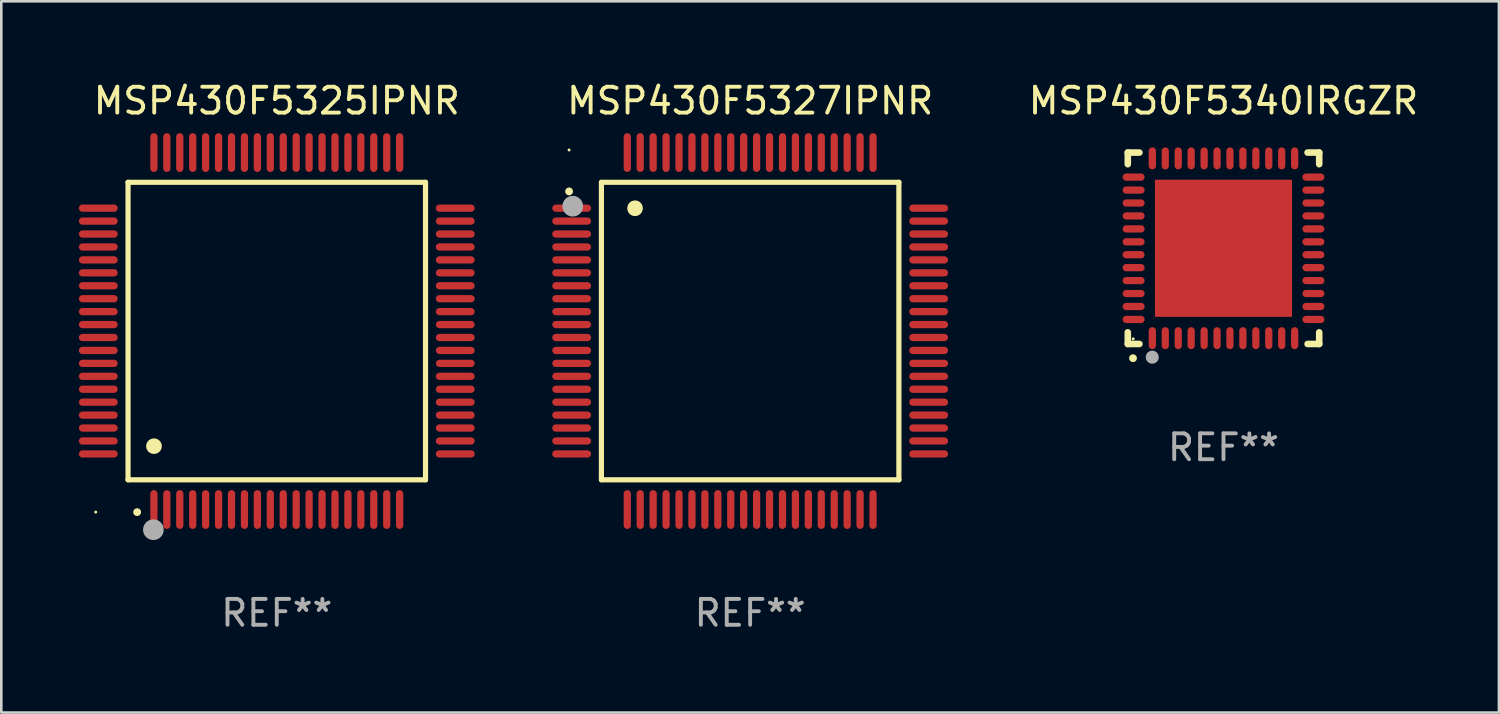
<source format=kicad_pcb>
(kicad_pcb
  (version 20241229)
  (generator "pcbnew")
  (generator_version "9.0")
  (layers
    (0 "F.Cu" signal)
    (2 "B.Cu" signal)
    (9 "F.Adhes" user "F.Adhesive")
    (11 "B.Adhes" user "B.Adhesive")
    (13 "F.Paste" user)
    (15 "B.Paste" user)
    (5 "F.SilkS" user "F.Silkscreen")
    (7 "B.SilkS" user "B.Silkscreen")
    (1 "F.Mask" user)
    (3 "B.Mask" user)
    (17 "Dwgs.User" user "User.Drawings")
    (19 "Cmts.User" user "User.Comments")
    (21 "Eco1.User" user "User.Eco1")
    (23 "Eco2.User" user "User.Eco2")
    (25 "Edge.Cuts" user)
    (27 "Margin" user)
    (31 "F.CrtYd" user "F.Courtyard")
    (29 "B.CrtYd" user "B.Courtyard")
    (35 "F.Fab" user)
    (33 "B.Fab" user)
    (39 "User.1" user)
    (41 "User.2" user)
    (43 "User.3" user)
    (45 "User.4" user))
  (footprint "MSP430F5340IRGZR"
    (layer "F.Cu")
    (at 44.249 6.548)
    (property "Reference" "MSP430F5340IRGZR" (at 0 -5.7 0) (layer "F.SilkS") (effects (font (size 1 1) (thickness 0.15))))
    (attr through_hole)
    (fp_line (start -3.7 -3.7) (end -3.25 -3.7) (stroke (width 0.254) (type solid)) (layer "F.SilkS"))
    (fp_line (start -3.7 -3.25) (end -3.7 -3.7) (stroke (width 0.254) (type solid)) (layer "F.SilkS"))
    (fp_line (start -3.7 3.7) (end -3.7 3.25) (stroke (width 0.254) (type solid)) (layer "F.SilkS"))
    (fp_line (start -3.25 3.7) (end -3.7 3.7) (stroke (width 0.254) (type solid)) (layer "F.SilkS"))
    (fp_line (start 3.25 3.7) (end 3.7 3.7) (stroke (width 0.254) (type solid)) (layer "F.SilkS"))
    (fp_line (start 3.7 -3.7) (end 3.25 -3.7) (stroke (width 0.254) (type solid)) (layer "F.SilkS"))
    (fp_line (start 3.7 -3.25) (end 3.7 -3.7) (stroke (width 0.254) (type solid)) (layer "F.SilkS"))
    (fp_line (start 3.7 3.7) (end 3.7 3.25) (stroke (width 0.254) (type solid)) (layer "F.SilkS"))
    (fp_arc (start -3.500127 4.249428) (mid -3.498857 4.249423) (end -3.497587 4.249428) (stroke (width 0.3) (type solid)) (layer "F.SilkS"))
    (fp_circle (center -3.491 3.501) (end -3.461 3.501) (stroke (width 0.06) (type solid)) (fill no) (layer "F.SilkS"))
    (fp_circle (center -2.754 4.21) (end -2.627 4.21) (stroke (width 0.254) (type solid)) (fill no) (layer "F.Fab"))
    (fp_text user "REF**" (at 0 7.7 0) (layer "F.Fab") (effects (font (size 1 1) (thickness 0.15))))
    (pad "1" smd oval (at -2.751 3.475) (size 0.28 0.85) (layers "F.Cu" "F.Mask" "F.Paste"))
    (pad "2" smd oval (at -2.251 3.475) (size 0.28 0.85) (layers "F.Cu" "F.Mask" "F.Paste"))
    (pad "3" smd oval (at -1.75 3.475) (size 0.28 0.85) (layers "F.Cu" "F.Mask" "F.Paste"))
    (pad "4" smd oval (at -1.25 3.475) (size 0.28 0.85) (layers "F.Cu" "F.Mask" "F.Paste"))
    (pad "5" smd oval (at -0.749 3.475) (size 0.28 0.85) (layers "F.Cu" "F.Mask" "F.Paste"))
    (pad "6" smd oval (at -0.249 3.475) (size 0.28 0.85) (layers "F.Cu" "F.Mask" "F.Paste"))
    (pad "7" smd oval (at 0.249 3.475) (size 0.28 0.85) (layers "F.Cu" "F.Mask" "F.Paste"))
    (pad "8" smd oval (at 0.749 3.475) (size 0.28 0.85) (layers "F.Cu" "F.Mask" "F.Paste"))
    (pad "9" smd oval (at 1.25 3.475) (size 0.28 0.85) (layers "F.Cu" "F.Mask" "F.Paste"))
    (pad "10" smd oval (at 1.75 3.475) (size 0.28 0.85) (layers "F.Cu" "F.Mask" "F.Paste"))
    (pad "11" smd oval (at 2.25 3.475) (size 0.28 0.85) (layers "F.Cu" "F.Mask" "F.Paste"))
    (pad "12" smd oval (at 2.751 3.475) (size 0.28 0.85) (layers "F.Cu" "F.Mask" "F.Paste"))
    (pad "13" smd oval (at 3.475 2.751) (size 0.85 0.28) (layers "F.Cu" "F.Mask" "F.Paste"))
    (pad "14" smd oval (at 3.475 2.251) (size 0.85 0.28) (layers "F.Cu" "F.Mask" "F.Paste"))
    (pad "15" smd oval (at 3.475 1.75) (size 0.85 0.28) (layers "F.Cu" "F.Mask" "F.Paste"))
    (pad "16" smd oval (at 3.475 1.25) (size 0.85 0.28) (layers "F.Cu" "F.Mask" "F.Paste"))
    (pad "17" smd oval (at 3.475 0.749) (size 0.85 0.28) (layers "F.Cu" "F.Mask" "F.Paste"))
    (pad "18" smd oval (at 3.475 0.249) (size 0.85 0.28) (layers "F.Cu" "F.Mask" "F.Paste"))
    (pad "19" smd oval (at 3.475 -0.249) (size 0.85 0.28) (layers "F.Cu" "F.Mask" "F.Paste"))
    (pad "20" smd oval (at 3.475 -0.749) (size 0.85 0.28) (layers "F.Cu" "F.Mask" "F.Paste"))
    (pad "21" smd oval (at 3.475 -1.25) (size 0.85 0.28) (layers "F.Cu" "F.Mask" "F.Paste"))
    (pad "22" smd oval (at 3.475 -1.75) (size 0.85 0.28) (layers "F.Cu" "F.Mask" "F.Paste"))
    (pad "23" smd oval (at 3.475 -2.25) (size 0.85 0.28) (layers "F.Cu" "F.Mask" "F.Paste"))
    (pad "24" smd oval (at 3.475 -2.751) (size 0.85 0.28) (layers "F.Cu" "F.Mask" "F.Paste"))
    (pad "25" smd oval (at 2.751 -3.475) (size 0.28 0.85) (layers "F.Cu" "F.Mask" "F.Paste"))
    (pad "26" smd oval (at 2.25 -3.475) (size 0.28 0.85) (layers "F.Cu" "F.Mask" "F.Paste"))
    (pad "27" smd oval (at 1.75 -3.475) (size 0.28 0.85) (layers "F.Cu" "F.Mask" "F.Paste"))
    (pad "28" smd oval (at 1.25 -3.475) (size 0.28 0.85) (layers "F.Cu" "F.Mask" "F.Paste"))
    (pad "29" smd oval (at 0.749 -3.475) (size 0.28 0.85) (layers "F.Cu" "F.Mask" "F.Paste"))
    (pad "30" smd oval (at 0.249 -3.475) (size 0.28 0.85) (layers "F.Cu" "F.Mask" "F.Paste"))
    (pad "31" smd oval (at -0.249 -3.475) (size 0.28 0.85) (layers "F.Cu" "F.Mask" "F.Paste"))
    (pad "32" smd oval (at -0.749 -3.475) (size 0.28 0.85) (layers "F.Cu" "F.Mask" "F.Paste"))
    (pad "33" smd oval (at -1.25 -3.475) (size 0.28 0.85) (layers "F.Cu" "F.Mask" "F.Paste"))
    (pad "34" smd oval (at -1.75 -3.475) (size 0.28 0.85) (layers "F.Cu" "F.Mask" "F.Paste"))
    (pad "35" smd oval (at -2.251 -3.475) (size 0.28 0.85) (layers "F.Cu" "F.Mask" "F.Paste"))
    (pad "36" smd oval (at -2.751 -3.475) (size 0.28 0.85) (layers "F.Cu" "F.Mask" "F.Paste"))
    (pad "37" smd oval (at -3.475 -2.751) (size 0.85 0.28) (layers "F.Cu" "F.Mask" "F.Paste"))
    (pad "38" smd oval (at -3.475 -2.25) (size 0.85 0.28) (layers "F.Cu" "F.Mask" "F.Paste"))
    (pad "39" smd oval (at -3.475 -1.75) (size 0.85 0.28) (layers "F.Cu" "F.Mask" "F.Paste"))
    (pad "40" smd oval (at -3.475 -1.25) (size 0.85 0.28) (layers "F.Cu" "F.Mask" "F.Paste"))
    (pad "41" smd oval (at -3.475 -0.749) (size 0.85 0.28) (layers "F.Cu" "F.Mask" "F.Paste"))
    (pad "42" smd oval (at -3.475 -0.249) (size 0.85 0.28) (layers "F.Cu" "F.Mask" "F.Paste"))
    (pad "43" smd oval (at -3.475 0.249) (size 0.85 0.28) (layers "F.Cu" "F.Mask" "F.Paste"))
    (pad "44" smd oval (at -3.475 0.749) (size 0.85 0.28) (layers "F.Cu" "F.Mask" "F.Paste"))
    (pad "45" smd oval (at -3.475 1.25) (size 0.85 0.28) (layers "F.Cu" "F.Mask" "F.Paste"))
    (pad "46" smd oval (at -3.475 1.75) (size 0.85 0.28) (layers "F.Cu" "F.Mask" "F.Paste"))
    (pad "47" smd oval (at -3.475 2.251) (size 0.85 0.28) (layers "F.Cu" "F.Mask" "F.Paste"))
    (pad "48" smd oval (at -3.475 2.751) (size 0.85 0.28) (layers "F.Cu" "F.Mask" "F.Paste"))
    (pad "49" smd rect (at -0.000102 0.000102) (size 5.3 5.3) (layers "F.Cu" "F.Mask" "F.Paste")))
  (footprint "MSP430F5325IPNR"
    (layer "F.Cu")
    (at 7.65 9.748)
    (property "Reference" "MSP430F5325IPNR" (at 0 -8.9 0) (layer "F.SilkS") (effects (font (size 1 1) (thickness 0.15))))
    (attr through_hole)
    (fp_line (start -5.75 -5.75) (end 5.75 -5.75) (stroke (width 0.2) (type solid)) (layer "F.SilkS"))
    (fp_line (start -5.75 5.75) (end -5.75 -5.75) (stroke (width 0.2) (type solid)) (layer "F.SilkS"))
    (fp_line (start 5.75 -5.75) (end 5.75 5.75) (stroke (width 0.2) (type solid)) (layer "F.SilkS"))
    (fp_line (start 5.75 5.75) (end -5.75 5.75) (stroke (width 0.2) (type solid)) (layer "F.SilkS"))
    (fp_arc (start -5.400051 7.000254) (mid -5.398781 7.000249) (end -5.397511 7.000254) (stroke (width 0.3) (type solid)) (layer "F.SilkS"))
    (fp_arc (start -4.749809 4.450089) (mid -4.747269 4.450078) (end -4.744729 4.450089) (stroke (width 0.6) (type solid)) (layer "F.SilkS"))
    (fp_circle (center -7 7) (end -6.97 7) (stroke (width 0.06) (type solid)) (fill no) (layer "F.SilkS"))
    (fp_circle (center -4.77 7.68) (end -4.57 7.68) (stroke (width 0.4) (type solid)) (fill no) (layer "F.Fab"))
    (fp_text user "REF**" (at 0 10.9 0) (layer "F.Fab") (effects (font (size 1 1) (thickness 0.15))))
    (pad "1" smd oval (at -4.75 6.9) (size 0.28 1.5) (layers "F.Cu" "F.Mask" "F.Paste"))
    (pad "2" smd oval (at -4.25 6.9) (size 0.28 1.5) (layers "F.Cu" "F.Mask" "F.Paste"))
    (pad "3" smd oval (at -3.75 6.9) (size 0.28 1.5) (layers "F.Cu" "F.Mask" "F.Paste"))
    (pad "4" smd oval (at -3.25 6.9) (size 0.28 1.5) (layers "F.Cu" "F.Mask" "F.Paste"))
    (pad "5" smd oval (at -2.75 6.9) (size 0.28 1.5) (layers "F.Cu" "F.Mask" "F.Paste"))
    (pad "6" smd oval (at -2.25 6.9) (size 0.28 1.5) (layers "F.Cu" "F.Mask" "F.Paste"))
    (pad "7" smd oval (at -1.75 6.9) (size 0.28 1.5) (layers "F.Cu" "F.Mask" "F.Paste"))
    (pad "8" smd oval (at -1.25 6.9) (size 0.28 1.5) (layers "F.Cu" "F.Mask" "F.Paste"))
    (pad "9" smd oval (at -0.75 6.9) (size 0.28 1.5) (layers "F.Cu" "F.Mask" "F.Paste"))
    (pad "10" smd oval (at -0.25 6.9) (size 0.28 1.5) (layers "F.Cu" "F.Mask" "F.Paste"))
    (pad "11" smd oval (at 0.25 6.9) (size 0.28 1.5) (layers "F.Cu" "F.Mask" "F.Paste"))
    (pad "12" smd oval (at 0.75 6.9) (size 0.28 1.5) (layers "F.Cu" "F.Mask" "F.Paste"))
    (pad "13" smd oval (at 1.25 6.9) (size 0.28 1.5) (layers "F.Cu" "F.Mask" "F.Paste"))
    (pad "14" smd oval (at 1.75 6.9) (size 0.28 1.5) (layers "F.Cu" "F.Mask" "F.Paste"))
    (pad "15" smd oval (at 2.25 6.9) (size 0.28 1.5) (layers "F.Cu" "F.Mask" "F.Paste"))
    (pad "16" smd oval (at 2.75 6.9) (size 0.28 1.5) (layers "F.Cu" "F.Mask" "F.Paste"))
    (pad "17" smd oval (at 3.25 6.9) (size 0.28 1.5) (layers "F.Cu" "F.Mask" "F.Paste"))
    (pad "18" smd oval (at 3.75 6.9) (size 0.28 1.5) (layers "F.Cu" "F.Mask" "F.Paste"))
    (pad "19" smd oval (at 4.25 6.9) (size 0.28 1.5) (layers "F.Cu" "F.Mask" "F.Paste"))
    (pad "20" smd oval (at 4.75 6.9) (size 0.28 1.5) (layers "F.Cu" "F.Mask" "F.Paste"))
    (pad "21" smd oval (at 6.9 4.75) (size 1.5 0.28) (layers "F.Cu" "F.Mask" "F.Paste"))
    (pad "22" smd oval (at 6.9 4.25) (size 1.5 0.28) (layers "F.Cu" "F.Mask" "F.Paste"))
    (pad "23" smd oval (at 6.9 3.75) (size 1.5 0.28) (layers "F.Cu" "F.Mask" "F.Paste"))
    (pad "24" smd oval (at 6.9 3.25) (size 1.5 0.28) (layers "F.Cu" "F.Mask" "F.Paste"))
    (pad "25" smd oval (at 6.9 2.75) (size 1.5 0.28) (layers "F.Cu" "F.Mask" "F.Paste"))
    (pad "26" smd oval (at 6.9 2.25) (size 1.5 0.28) (layers "F.Cu" "F.Mask" "F.Paste"))
    (pad "27" smd oval (at 6.9 1.75) (size 1.5 0.28) (layers "F.Cu" "F.Mask" "F.Paste"))
    (pad "28" smd oval (at 6.9 1.25) (size 1.5 0.28) (layers "F.Cu" "F.Mask" "F.Paste"))
    (pad "29" smd oval (at 6.9 0.75) (size 1.5 0.28) (layers "F.Cu" "F.Mask" "F.Paste"))
    (pad "30" smd oval (at 6.9 0.25) (size 1.5 0.28) (layers "F.Cu" "F.Mask" "F.Paste"))
    (pad "31" smd oval (at 6.9 -0.25) (size 1.5 0.28) (layers "F.Cu" "F.Mask" "F.Paste"))
    (pad "32" smd oval (at 6.9 -0.75) (size 1.5 0.28) (layers "F.Cu" "F.Mask" "F.Paste"))
    (pad "33" smd oval (at 6.9 -1.25) (size 1.5 0.28) (layers "F.Cu" "F.Mask" "F.Paste"))
    (pad "34" smd oval (at 6.9 -1.75) (size 1.5 0.28) (layers "F.Cu" "F.Mask" "F.Paste"))
    (pad "35" smd oval (at 6.9 -2.25) (size 1.5 0.28) (layers "F.Cu" "F.Mask" "F.Paste"))
    (pad "36" smd oval (at 6.9 -2.75) (size 1.5 0.28) (layers "F.Cu" "F.Mask" "F.Paste"))
    (pad "37" smd oval (at 6.9 -3.25) (size 1.5 0.28) (layers "F.Cu" "F.Mask" "F.Paste"))
    (pad "38" smd oval (at 6.9 -3.75) (size 1.5 0.28) (layers "F.Cu" "F.Mask" "F.Paste"))
    (pad "39" smd oval (at 6.9 -4.25) (size 1.5 0.28) (layers "F.Cu" "F.Mask" "F.Paste"))
    (pad "40" smd oval (at 6.9 -4.75) (size 1.5 0.28) (layers "F.Cu" "F.Mask" "F.Paste"))
    (pad "41" smd oval (at 4.75 -6.9) (size 0.28 1.5) (layers "F.Cu" "F.Mask" "F.Paste"))
    (pad "42" smd oval (at 4.25 -6.9) (size 0.28 1.5) (layers "F.Cu" "F.Mask" "F.Paste"))
    (pad "43" smd oval (at 3.75 -6.9) (size 0.28 1.5) (layers "F.Cu" "F.Mask" "F.Paste"))
    (pad "44" smd oval (at 3.25 -6.9) (size 0.28 1.5) (layers "F.Cu" "F.Mask" "F.Paste"))
    (pad "45" smd oval (at 2.75 -6.9) (size 0.28 1.5) (layers "F.Cu" "F.Mask" "F.Paste"))
    (pad "46" smd oval (at 2.25 -6.9) (size 0.28 1.5) (layers "F.Cu" "F.Mask" "F.Paste"))
    (pad "47" smd oval (at 1.75 -6.9) (size 0.28 1.5) (layers "F.Cu" "F.Mask" "F.Paste"))
    (pad "48" smd oval (at 1.25 -6.9) (size 0.28 1.5) (layers "F.Cu" "F.Mask" "F.Paste"))
    (pad "49" smd oval (at 0.75 -6.9) (size 0.28 1.5) (layers "F.Cu" "F.Mask" "F.Paste"))
    (pad "50" smd oval (at 0.25 -6.9) (size 0.28 1.5) (layers "F.Cu" "F.Mask" "F.Paste"))
    (pad "51" smd oval (at -0.25 -6.9) (size 0.28 1.5) (layers "F.Cu" "F.Mask" "F.Paste"))
    (pad "52" smd oval (at -0.75 -6.9) (size 0.28 1.5) (layers "F.Cu" "F.Mask" "F.Paste"))
    (pad "53" smd oval (at -1.25 -6.9) (size 0.28 1.5) (layers "F.Cu" "F.Mask" "F.Paste"))
    (pad "54" smd oval (at -1.75 -6.9) (size 0.28 1.5) (layers "F.Cu" "F.Mask" "F.Paste"))
    (pad "55" smd oval (at -2.25 -6.9) (size 0.28 1.5) (layers "F.Cu" "F.Mask" "F.Paste"))
    (pad "56" smd oval (at -2.75 -6.9) (size 0.28 1.5) (layers "F.Cu" "F.Mask" "F.Paste"))
    (pad "57" smd oval (at -3.25 -6.9) (size 0.28 1.5) (layers "F.Cu" "F.Mask" "F.Paste"))
    (pad "58" smd oval (at -3.75 -6.9) (size 0.28 1.5) (layers "F.Cu" "F.Mask" "F.Paste"))
    (pad "59" smd oval (at -4.25 -6.9) (size 0.28 1.5) (layers "F.Cu" "F.Mask" "F.Paste"))
    (pad "60" smd oval (at -4.75 -6.9) (size 0.28 1.5) (layers "F.Cu" "F.Mask" "F.Paste"))
    (pad "61" smd oval (at -6.9 -4.75) (size 1.5 0.28) (layers "F.Cu" "F.Mask" "F.Paste"))
    (pad "62" smd oval (at -6.9 -4.25) (size 1.5 0.28) (layers "F.Cu" "F.Mask" "F.Paste"))
    (pad "63" smd oval (at -6.9 -3.75) (size 1.5 0.28) (layers "F.Cu" "F.Mask" "F.Paste"))
    (pad "64" smd oval (at -6.9 -3.25) (size 1.5 0.28) (layers "F.Cu" "F.Mask" "F.Paste"))
    (pad "65" smd oval (at -6.9 -2.75) (size 1.5 0.28) (layers "F.Cu" "F.Mask" "F.Paste"))
    (pad "66" smd oval (at -6.9 -2.25) (size 1.5 0.28) (layers "F.Cu" "F.Mask" "F.Paste"))
    (pad "67" smd oval (at -6.9 -1.75) (size 1.5 0.28) (layers "F.Cu" "F.Mask" "F.Paste"))
    (pad "68" smd oval (at -6.9 -1.25) (size 1.5 0.28) (layers "F.Cu" "F.Mask" "F.Paste"))
    (pad "69" smd oval (at -6.9 -0.75) (size 1.5 0.28) (layers "F.Cu" "F.Mask" "F.Paste"))
    (pad "70" smd oval (at -6.9 -0.25) (size 1.5 0.28) (layers "F.Cu" "F.Mask" "F.Paste"))
    (pad "71" smd oval (at -6.9 0.25) (size 1.5 0.28) (layers "F.Cu" "F.Mask" "F.Paste"))
    (pad "72" smd oval (at -6.9 0.75) (size 1.5 0.28) (layers "F.Cu" "F.Mask" "F.Paste"))
    (pad "73" smd oval (at -6.9 1.25) (size 1.5 0.28) (layers "F.Cu" "F.Mask" "F.Paste"))
    (pad "74" smd oval (at -6.9 1.75) (size 1.5 0.28) (layers "F.Cu" "F.Mask" "F.Paste"))
    (pad "75" smd oval (at -6.9 2.25) (size 1.5 0.28) (layers "F.Cu" "F.Mask" "F.Paste"))
    (pad "76" smd oval (at -6.9 2.75) (size 1.5 0.28) (layers "F.Cu" "F.Mask" "F.Paste"))
    (pad "77" smd oval (at -6.9 3.25) (size 1.5 0.28) (layers "F.Cu" "F.Mask" "F.Paste"))
    (pad "78" smd oval (at -6.9 3.75) (size 1.5 0.28) (layers "F.Cu" "F.Mask" "F.Paste"))
    (pad "79" smd oval (at -6.9 4.25) (size 1.5 0.28) (layers "F.Cu" "F.Mask" "F.Paste"))
    (pad "80" smd oval (at -6.9 4.75) (size 1.5 0.28) (layers "F.Cu" "F.Mask" "F.Paste")))
  (footprint "MSP430F5327IPNR"
    (layer "F.Cu")
    (at 25.95 9.748)
    (property "Reference" "MSP430F5327IPNR" (at 0 -8.9 0) (layer "F.SilkS") (effects (font (size 1 1) (thickness 0.15))))
    (attr through_hole)
    (fp_line (start -5.75 -5.75) (end 5.75 -5.75) (stroke (width 0.2) (type solid)) (layer "F.SilkS"))
    (fp_line (start -5.75 5.75) (end -5.75 -5.75) (stroke (width 0.2) (type solid)) (layer "F.SilkS"))
    (fp_line (start 5.75 -5.75) (end 5.75 5.75) (stroke (width 0.2) (type solid)) (layer "F.SilkS"))
    (fp_line (start 5.75 5.75) (end -5.75 5.75) (stroke (width 0.2) (type solid)) (layer "F.SilkS"))
    (fp_arc (start -7.000229 -5.397435) (mid -7.000234 -5.398705) (end -7.000229 -5.399975) (stroke (width 0.3) (type solid)) (layer "F.SilkS"))
    (fp_arc (start -4.450064 -4.744653) (mid -4.450075 -4.747193) (end -4.450064 -4.749733) (stroke (width 0.6) (type solid)) (layer "F.SilkS"))
    (fp_circle (center -7 -7) (end -6.97 -7) (stroke (width 0.06) (type solid)) (fill no) (layer "F.SilkS"))
    (fp_circle (center -6.858 -4.826) (end -6.658 -4.826) (stroke (width 0.4) (type solid)) (fill no) (layer "F.Fab"))
    (fp_text user "REF**" (at 0 10.9 0) (layer "F.Fab") (effects (font (size 1 1) (thickness 0.15))))
    (pad "1" smd oval (at -6.9 -4.75 90) (size 0.28 1.5) (layers "F.Cu" "F.Mask" "F.Paste"))
    (pad "2" smd oval (at -6.9 -4.25 90) (size 0.28 1.5) (layers "F.Cu" "F.Mask" "F.Paste"))
    (pad "3" smd oval (at -6.9 -3.75 90) (size 0.28 1.5) (layers "F.Cu" "F.Mask" "F.Paste"))
    (pad "4" smd oval (at -6.9 -3.25 90) (size 0.28 1.5) (layers "F.Cu" "F.Mask" "F.Paste"))
    (pad "5" smd oval (at -6.9 -2.75 90) (size 0.28 1.5) (layers "F.Cu" "F.Mask" "F.Paste"))
    (pad "6" smd oval (at -6.9 -2.25 90) (size 0.28 1.5) (layers "F.Cu" "F.Mask" "F.Paste"))
    (pad "7" smd oval (at -6.9 -1.75 90) (size 0.28 1.5) (layers "F.Cu" "F.Mask" "F.Paste"))
    (pad "8" smd oval (at -6.9 -1.25 90) (size 0.28 1.5) (layers "F.Cu" "F.Mask" "F.Paste"))
    (pad "9" smd oval (at -6.9 -0.75 90) (size 0.28 1.5) (layers "F.Cu" "F.Mask" "F.Paste"))
    (pad "10" smd oval (at -6.9 -0.25 90) (size 0.28 1.5) (layers "F.Cu" "F.Mask" "F.Paste"))
    (pad "11" smd oval (at -6.9 0.25 90) (size 0.28 1.5) (layers "F.Cu" "F.Mask" "F.Paste"))
    (pad "12" smd oval (at -6.9 0.75 90) (size 0.28 1.5) (layers "F.Cu" "F.Mask" "F.Paste"))
    (pad "13" smd oval (at -6.9 1.25 90) (size 0.28 1.5) (layers "F.Cu" "F.Mask" "F.Paste"))
    (pad "14" smd oval (at -6.9 1.75 90) (size 0.28 1.5) (layers "F.Cu" "F.Mask" "F.Paste"))
    (pad "15" smd oval (at -6.9 2.25 90) (size 0.28 1.5) (layers "F.Cu" "F.Mask" "F.Paste"))
    (pad "16" smd oval (at -6.9 2.75 90) (size 0.28 1.5) (layers "F.Cu" "F.Mask" "F.Paste"))
    (pad "17" smd oval (at -6.9 3.25 90) (size 0.28 1.5) (layers "F.Cu" "F.Mask" "F.Paste"))
    (pad "18" smd oval (at -6.9 3.75 90) (size 0.28 1.5) (layers "F.Cu" "F.Mask" "F.Paste"))
    (pad "19" smd oval (at -6.9 4.25 90) (size 0.28 1.5) (layers "F.Cu" "F.Mask" "F.Paste"))
    (pad "20" smd oval (at -6.9 4.75 270) (size 0.28 1.5) (layers "F.Cu" "F.Mask" "F.Paste"))
    (pad "21" smd oval (at -4.75 6.9 180) (size 0.28 1.5) (layers "F.Cu" "F.Mask" "F.Paste"))
    (pad "22" smd oval (at -4.25 6.9) (size 0.28 1.5) (layers "F.Cu" "F.Mask" "F.Paste"))
    (pad "23" smd oval (at -3.75 6.9) (size 0.28 1.5) (layers "F.Cu" "F.Mask" "F.Paste"))
    (pad "24" smd oval (at -3.25 6.9) (size 0.28 1.5) (layers "F.Cu" "F.Mask" "F.Paste"))
    (pad "25" smd oval (at -2.75 6.9) (size 0.28 1.5) (layers "F.Cu" "F.Mask" "F.Paste"))
    (pad "26" smd oval (at -2.25 6.9) (size 0.28 1.5) (layers "F.Cu" "F.Mask" "F.Paste"))
    (pad "27" smd oval (at -1.75 6.9) (size 0.28 1.5) (layers "F.Cu" "F.Mask" "F.Paste"))
    (pad "28" smd oval (at -1.25 6.9) (size 0.28 1.5) (layers "F.Cu" "F.Mask" "F.Paste"))
    (pad "29" smd oval (at -0.75 6.9) (size 0.28 1.5) (layers "F.Cu" "F.Mask" "F.Paste"))
    (pad "30" smd oval (at -0.25 6.9) (size 0.28 1.5) (layers "F.Cu" "F.Mask" "F.Paste"))
    (pad "31" smd oval (at 0.25 6.9) (size 0.28 1.5) (layers "F.Cu" "F.Mask" "F.Paste"))
    (pad "32" smd oval (at 0.75 6.9) (size 0.28 1.5) (layers "F.Cu" "F.Mask" "F.Paste"))
    (pad "33" smd oval (at 1.25 6.9) (size 0.28 1.5) (layers "F.Cu" "F.Mask" "F.Paste"))
    (pad "34" smd oval (at 1.75 6.9) (size 0.28 1.5) (layers "F.Cu" "F.Mask" "F.Paste"))
    (pad "35" smd oval (at 2.25 6.9) (size 0.28 1.5) (layers "F.Cu" "F.Mask" "F.Paste"))
    (pad "36" smd oval (at 2.75 6.9) (size 0.28 1.5) (layers "F.Cu" "F.Mask" "F.Paste"))
    (pad "37" smd oval (at 3.25 6.9) (size 0.28 1.5) (layers "F.Cu" "F.Mask" "F.Paste"))
    (pad "38" smd oval (at 3.75 6.9) (size 0.28 1.5) (layers "F.Cu" "F.Mask" "F.Paste"))
    (pad "39" smd oval (at 4.25 6.9) (size 0.28 1.5) (layers "F.Cu" "F.Mask" "F.Paste"))
    (pad "40" smd oval (at 4.75 6.9) (size 0.28 1.5) (layers "F.Cu" "F.Mask" "F.Paste"))
    (pad "41" smd oval (at 6.9 4.75 270) (size 0.28 1.5) (layers "F.Cu" "F.Mask" "F.Paste"))
    (pad "42" smd oval (at 6.9 4.25 90) (size 0.28 1.5) (layers "F.Cu" "F.Mask" "F.Paste"))
    (pad "43" smd oval (at 6.9 3.75 90) (size 0.28 1.5) (layers "F.Cu" "F.Mask" "F.Paste"))
    (pad "44" smd oval (at 6.9 3.25 90) (size 0.28 1.5) (layers "F.Cu" "F.Mask" "F.Paste"))
    (pad "45" smd oval (at 6.9 2.75 90) (size 0.28 1.5) (layers "F.Cu" "F.Mask" "F.Paste"))
    (pad "46" smd oval (at 6.9 2.25 90) (size 0.28 1.5) (layers "F.Cu" "F.Mask" "F.Paste"))
    (pad "47" smd oval (at 6.9 1.75 90) (size 0.28 1.5) (layers "F.Cu" "F.Mask" "F.Paste"))
    (pad "48" smd oval (at 6.9 1.25 90) (size 0.28 1.5) (layers "F.Cu" "F.Mask" "F.Paste"))
    (pad "49" smd oval (at 6.9 0.75 90) (size 0.28 1.5) (layers "F.Cu" "F.Mask" "F.Paste"))
    (pad "50" smd oval (at 6.9 0.25 90) (size 0.28 1.5) (layers "F.Cu" "F.Mask" "F.Paste"))
    (pad "51" smd oval (at 6.9 -0.25 90) (size 0.28 1.5) (layers "F.Cu" "F.Mask" "F.Paste"))
    (pad "52" smd oval (at 6.9 -0.75 90) (size 0.28 1.5) (layers "F.Cu" "F.Mask" "F.Paste"))
    (pad "53" smd oval (at 6.9 -1.25 90) (size 0.28 1.5) (layers "F.Cu" "F.Mask" "F.Paste"))
    (pad "54" smd oval (at 6.9 -1.75 90) (size 0.28 1.5) (layers "F.Cu" "F.Mask" "F.Paste"))
    (pad "55" smd oval (at 6.9 -2.25 90) (size 0.28 1.5) (layers "F.Cu" "F.Mask" "F.Paste"))
    (pad "56" smd oval (at 6.9 -2.75 90) (size 0.28 1.5) (layers "F.Cu" "F.Mask" "F.Paste"))
    (pad "57" smd oval (at 6.9 -3.25 90) (size 0.28 1.5) (layers "F.Cu" "F.Mask" "F.Paste"))
    (pad "58" smd oval (at 6.9 -3.75 90) (size 0.28 1.5) (layers "F.Cu" "F.Mask" "F.Paste"))
    (pad "59" smd oval (at 6.9 -4.25 90) (size 0.28 1.5) (layers "F.Cu" "F.Mask" "F.Paste"))
    (pad "60" smd oval (at 6.9 -4.75 90) (size 0.28 1.5) (layers "F.Cu" "F.Mask" "F.Paste"))
    (pad "61" smd oval (at 4.75 -6.9) (size 0.28 1.5) (layers "F.Cu" "F.Mask" "F.Paste"))
    (pad "62" smd oval (at 4.25 -6.9) (size 0.28 1.5) (layers "F.Cu" "F.Mask" "F.Paste"))
    (pad "63" smd oval (at 3.75 -6.9) (size 0.28 1.5) (layers "F.Cu" "F.Mask" "F.Paste"))
    (pad "64" smd oval (at 3.25 -6.9) (size 0.28 1.5) (layers "F.Cu" "F.Mask" "F.Paste"))
    (pad "65" smd oval (at 2.75 -6.9) (size 0.28 1.5) (layers "F.Cu" "F.Mask" "F.Paste"))
    (pad "66" smd oval (at 2.25 -6.9) (size 0.28 1.5) (layers "F.Cu" "F.Mask" "F.Paste"))
    (pad "67" smd oval (at 1.75 -6.9) (size 0.28 1.5) (layers "F.Cu" "F.Mask" "F.Paste"))
    (pad "68" smd oval (at 1.25 -6.9) (size 0.28 1.5) (layers "F.Cu" "F.Mask" "F.Paste"))
    (pad "69" smd oval (at 0.75 -6.9) (size 0.28 1.5) (layers "F.Cu" "F.Mask" "F.Paste"))
    (pad "70" smd oval (at 0.25 -6.9) (size 0.28 1.5) (layers "F.Cu" "F.Mask" "F.Paste"))
    (pad "71" smd oval (at -0.25 -6.9) (size 0.28 1.5) (layers "F.Cu" "F.Mask" "F.Paste"))
    (pad "72" smd oval (at -0.75 -6.9) (size 0.28 1.5) (layers "F.Cu" "F.Mask" "F.Paste"))
    (pad "73" smd oval (at -1.25 -6.9) (size 0.28 1.5) (layers "F.Cu" "F.Mask" "F.Paste"))
    (pad "74" smd oval (at -1.75 -6.9) (size 0.28 1.5) (layers "F.Cu" "F.Mask" "F.Paste"))
    (pad "75" smd oval (at -2.25 -6.9) (size 0.28 1.5) (layers "F.Cu" "F.Mask" "F.Paste"))
    (pad "76" smd oval (at -2.75 -6.9) (size 0.28 1.5) (layers "F.Cu" "F.Mask" "F.Paste"))
    (pad "77" smd oval (at -3.25 -6.9) (size 0.28 1.5) (layers "F.Cu" "F.Mask" "F.Paste"))
    (pad "78" smd oval (at -3.75 -6.9) (size 0.28 1.5) (layers "F.Cu" "F.Mask" "F.Paste"))
    (pad "79" smd oval (at -4.25 -6.9) (size 0.28 1.5) (layers "F.Cu" "F.Mask" "F.Paste"))
    (pad "80" smd oval (at -4.75 -6.9 180) (size 0.28 1.5) (layers "F.Cu" "F.Mask" "F.Paste")))
  (gr_rect
    (start -3 -3)
    (end 54.897 24.496)
    (stroke (width 0.1) (type default))
    (fill no)
    (layer "Edge.Cuts")))
</source>
